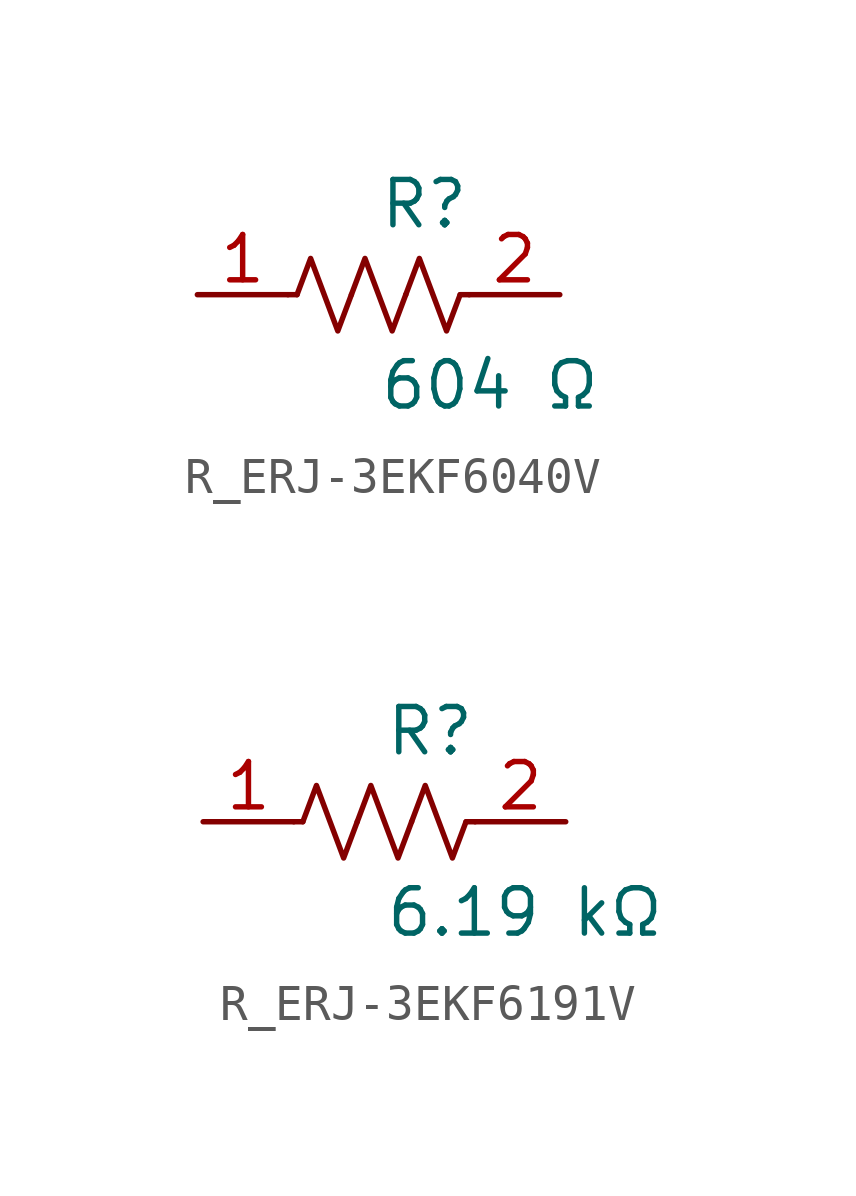
<source format=kicad_sym>
(kicad_symbol_lib
  (version 20231120)
  (generator kicad_symbol_editor)
  (generator_version 8.0)
  (symbol "R_ERJ-3EKF6040V"
    (pin_names
      (offset 0.254))
    (property "Reference" "R"
      (at 0.0 2.54 0)
      (effects (font (size 1.27 1.27)) (justify left)))
    (property "Value" "604 Ω"
      (at 0.0 -2.54 0)
      (effects (font (size 1.27 1.27)) (justify left)))
    (symbol "R_ERJ-3EKF6040V_0_1"
      (polyline (pts (xy 2.286 0) (xy 2.54 0)) (stroke (width 0) (type default)) (fill (type none)))
      (polyline (pts (xy -2.286 0) (xy -2.54 0)) (stroke (width 0) (type default)) (fill (type none)))
      (polyline (pts (xy 0.762 0) (xy 1.143 1.016) (xy 1.524 0) (xy 1.905 -1.016) (xy 2.286 0)) (stroke (width 0) (type default)) (fill (type none)))
      (polyline (pts (xy -0.762 0) (xy -0.381 1.016) (xy 0 0) (xy 0.381 -1.016) (xy 0.762 0)) (stroke (width 0) (type default)) (fill (type none)))
      (polyline (pts (xy -2.286 0) (xy -1.905 1.016) (xy -1.524 0) (xy -1.143 -1.016) (xy -0.762 0)) (stroke (width 0) (type default)) (fill (type none))))
    (pin unspecified line
      (at -5.08 0 0)
      (length 2.54)
      (name "" (effects (font (size 1.27 1.27))))
      (number "1" (effects (font (size 1.27 1.27)))))
    (pin unspecified line
      (at 5.08 0 180)
      (length 2.54)
      (name "" (effects (font (size 1.27 1.27))))
      (number "2" (effects (font (size 1.27 1.27))))))
  (symbol "R_ERJ-3EKF6191V"
    (pin_names
      (offset 0.254))
    (property "Reference" "R"
      (at 0.0 2.54 0)
      (effects (font (size 1.27 1.27)) (justify left)))
    (property "Value" "6.19 kΩ"
      (at 0.0 -2.54 0)
      (effects (font (size 1.27 1.27)) (justify left)))
    (symbol "R_ERJ-3EKF6191V_0_1"
      (polyline (pts (xy 2.286 0) (xy 2.54 0)) (stroke (width 0) (type default)) (fill (type none)))
      (polyline (pts (xy -2.286 0) (xy -2.54 0)) (stroke (width 0) (type default)) (fill (type none)))
      (polyline (pts (xy 0.762 0) (xy 1.143 1.016) (xy 1.524 0) (xy 1.905 -1.016) (xy 2.286 0)) (stroke (width 0) (type default)) (fill (type none)))
      (polyline (pts (xy -0.762 0) (xy -0.381 1.016) (xy 0 0) (xy 0.381 -1.016) (xy 0.762 0)) (stroke (width 0) (type default)) (fill (type none)))
      (polyline (pts (xy -2.286 0) (xy -1.905 1.016) (xy -1.524 0) (xy -1.143 -1.016) (xy -0.762 0)) (stroke (width 0) (type default)) (fill (type none))))
    (pin unspecified line
      (at -5.08 0 0)
      (length 2.54)
      (name "" (effects (font (size 1.27 1.27))))
      (number "1" (effects (font (size 1.27 1.27)))))
    (pin unspecified line
      (at 5.08 0 180)
      (length 2.54)
      (name "" (effects (font (size 1.27 1.27))))
      (number "2" (effects (font (size 1.27 1.27)))))))
</source>
